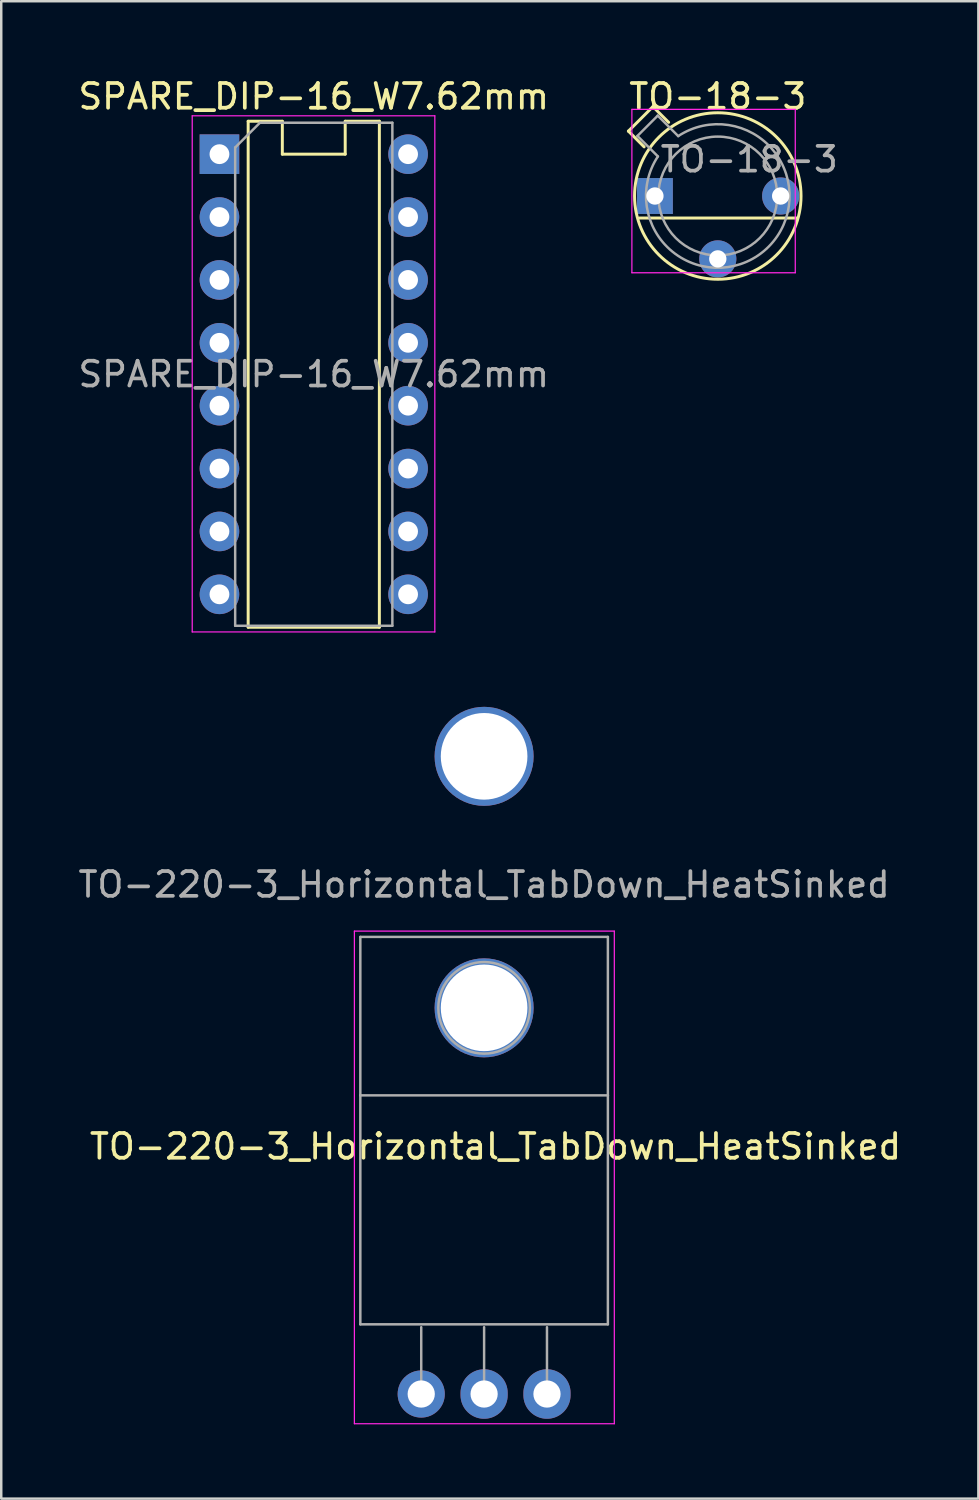
<source format=kicad_pcb>
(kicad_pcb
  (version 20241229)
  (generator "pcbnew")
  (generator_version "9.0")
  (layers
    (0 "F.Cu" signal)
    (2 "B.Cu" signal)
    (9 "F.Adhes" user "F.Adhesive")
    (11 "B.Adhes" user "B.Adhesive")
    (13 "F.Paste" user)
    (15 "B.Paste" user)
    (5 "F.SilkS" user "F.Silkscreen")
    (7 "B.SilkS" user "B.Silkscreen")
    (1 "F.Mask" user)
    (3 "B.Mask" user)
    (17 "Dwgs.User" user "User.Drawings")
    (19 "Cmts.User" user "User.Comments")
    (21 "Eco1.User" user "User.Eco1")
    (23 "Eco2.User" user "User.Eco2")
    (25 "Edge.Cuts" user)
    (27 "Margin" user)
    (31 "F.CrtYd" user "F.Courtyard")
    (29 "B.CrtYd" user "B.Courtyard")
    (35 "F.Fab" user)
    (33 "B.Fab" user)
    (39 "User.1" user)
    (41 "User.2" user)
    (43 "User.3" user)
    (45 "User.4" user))
  (footprint "TO-18-3"
    (layer "F.Cu")
    (at 25.946 7.408)
    (property "Reference" "TO-18-3" (at 0 -6.56 180) (layer "F.SilkS") (effects (font (size 1 1) (thickness 0.15))))
    (attr through_hole)
    (fp_line (start -3.611 -5.161) (end -2.976 -4.526) (stroke (width 0.12) (type default)) (layer "F.SilkS"))
    (fp_line (start -3.175 -1.651) (end 3.175 -1.651) (stroke (width 0.12) (type default)) (layer "F.SilkS"))
    (fp_line (start -2.621 -6.151) (end -3.611 -5.161) (stroke (width 0.12) (type solid)) (layer "F.SilkS"))
    (fp_line (start -2.621 -6.151) (end -1.986 -5.516) (stroke (width 0.12) (type default)) (layer "F.SilkS"))
    (fp_circle (center 0 -2.54) (end 3.302 -1.905) (stroke (width 0.12) (type default)) (fill no) (layer "F.SilkS"))
    (fp_line (start -3.47 -6.04) (end -3.47 0.56) (stroke (width 0.05) (type solid)) (layer "F.CrtYd"))
    (fp_line (start -3.47 0.56) (end 3.13 0.56) (stroke (width 0.05) (type solid)) (layer "F.CrtYd"))
    (fp_line (start 3.13 -6.04) (end -3.47 -6.04) (stroke (width 0.05) (type solid)) (layer "F.CrtYd"))
    (fp_line (start 3.13 0.56) (end 3.13 -6.04) (stroke (width 0.05) (type solid)) (layer "F.CrtYd"))
    (fp_line (start -3.247 -4.966) (end -2.419 -4.139) (stroke (width 0.1) (type solid)) (layer "F.Fab"))
    (fp_line (start -2.426 -5.787) (end -3.247 -4.966) (stroke (width 0.1) (type solid)) (layer "F.Fab"))
    (fp_line (start -1.599 -4.959) (end -2.426 -5.787) (stroke (width 0.1) (type solid)) (layer "F.Fab"))
    (fp_arc (start -1.599057 -4.959301) (mid 2.051076 -0.489857) (end -2.420029 -4.137956) (stroke (width 0.1) (type solid)) (layer "F.Fab"))
    (fp_circle (center 0 -2.54) (end 2.4 -2.54) (stroke (width 0.1) (type solid)) (fill no) (layer "F.Fab"))
    (fp_text user "${REFERENCE}" (at 1.27 -4.02 180) (layer "F.Fab") (effects (font (size 1 1) (thickness 0.15))))
    (pad "1" thru_hole circle (at 0 0) (size 1.5 1.5) (drill 0.7) (layers "*.Cu" "*.Mask"))
    (pad "2" thru_hole circle (at 2.54 -2.54) (size 1.5 1.5) (drill 0.7) (layers "*.Cu" "*.Mask"))
    (pad "3" thru_hole rect (at -2.54 -2.54) (size 1.45 1.45) (drill 0.7) (layers "*.Cu" "*.Mask")))
  (footprint "SPARE_DIP-16_W7.62mm"
    (layer "F.Cu")
    (at 5.815 3.178)
    (property "Reference" "SPARE_DIP-16_W7.62mm" (at 3.81 -2.33 180) (layer "F.SilkS") (effects (font (size 1 1) (thickness 0.15))))
    (attr through_hole)
    (fp_line (start 1.16 -1.33) (end 1.16 19.11) (stroke (width 0.12) (type solid)) (layer "F.SilkS"))
    (fp_line (start 1.16 19.11) (end 6.46 19.11) (stroke (width 0.12) (type solid)) (layer "F.SilkS"))
    (fp_line (start 2.54 -1.33) (end 1.16 -1.33) (stroke (width 0.12) (type solid)) (layer "F.SilkS"))
    (fp_line (start 2.54 -1.33) (end 2.54 0) (stroke (width 0.12) (type default)) (layer "F.SilkS"))
    (fp_line (start 2.54 0) (end 5.08 0) (stroke (width 0.12) (type default)) (layer "F.SilkS"))
    (fp_line (start 5.08 0) (end 5.08 -1.33) (stroke (width 0.12) (type default)) (layer "F.SilkS"))
    (fp_line (start 6.46 -1.33) (end 5.08 -1.33) (stroke (width 0.12) (type solid)) (layer "F.SilkS"))
    (fp_line (start 6.46 19.11) (end 6.46 -1.33) (stroke (width 0.12) (type solid)) (layer "F.SilkS"))
    (fp_line (start -1.1 -1.55) (end -1.1 19.3) (stroke (width 0.05) (type solid)) (layer "F.CrtYd"))
    (fp_line (start -1.1 19.3) (end 8.7 19.3) (stroke (width 0.05) (type solid)) (layer "F.CrtYd"))
    (fp_line (start 8.7 -1.55) (end -1.1 -1.55) (stroke (width 0.05) (type solid)) (layer "F.CrtYd"))
    (fp_line (start 8.7 19.3) (end 8.7 -1.55) (stroke (width 0.05) (type solid)) (layer "F.CrtYd"))
    (fp_line (start 0.635 -0.27) (end 1.635 -1.27) (stroke (width 0.1) (type solid)) (layer "F.Fab"))
    (fp_line (start 0.635 19.05) (end 0.635 -0.27) (stroke (width 0.1) (type solid)) (layer "F.Fab"))
    (fp_line (start 1.635 -1.27) (end 6.985 -1.27) (stroke (width 0.1) (type solid)) (layer "F.Fab"))
    (fp_line (start 6.985 -1.27) (end 6.985 19.05) (stroke (width 0.1) (type solid)) (layer "F.Fab"))
    (fp_line (start 6.985 19.05) (end 0.635 19.05) (stroke (width 0.1) (type solid)) (layer "F.Fab"))
    (fp_text user "${REFERENCE}" (at 3.81 8.89 180) (layer "F.Fab") (effects (font (size 1 1) (thickness 0.15))))
    (pad "1" thru_hole rect (at 0 0) (size 1.6 1.6) (drill 0.8) (layers "*.Cu" "*.Mask"))
    (pad "2" thru_hole oval (at 0 2.54) (size 1.6 1.6) (drill 0.8) (layers "*.Cu" "*.Mask"))
    (pad "3" thru_hole oval (at 0 5.08) (size 1.6 1.6) (drill 0.8) (layers "*.Cu" "*.Mask"))
    (pad "4" thru_hole oval (at 0 7.62) (size 1.6 1.6) (drill 0.8) (layers "*.Cu" "*.Mask"))
    (pad "5" thru_hole oval (at 0 10.16) (size 1.6 1.6) (drill 0.8) (layers "*.Cu" "*.Mask"))
    (pad "6" thru_hole oval (at 0 12.7) (size 1.6 1.6) (drill 0.8) (layers "*.Cu" "*.Mask"))
    (pad "7" thru_hole oval (at 0 15.24) (size 1.6 1.6) (drill 0.8) (layers "*.Cu" "*.Mask"))
    (pad "8" thru_hole oval (at 0 17.78) (size 1.6 1.6) (drill 0.8) (layers "*.Cu" "*.Mask"))
    (pad "9" thru_hole oval (at 7.62 17.78) (size 1.6 1.6) (drill 0.8) (layers "*.Cu" "*.Mask"))
    (pad "10" thru_hole oval (at 7.62 15.24) (size 1.6 1.6) (drill 0.8) (layers "*.Cu" "*.Mask"))
    (pad "11" thru_hole oval (at 7.62 12.7) (size 1.6 1.6) (drill 0.8) (layers "*.Cu" "*.Mask"))
    (pad "12" thru_hole oval (at 7.62 10.16) (size 1.6 1.6) (drill 0.8) (layers "*.Cu" "*.Mask"))
    (pad "13" thru_hole oval (at 7.62 7.62) (size 1.6 1.6) (drill 0.8) (layers "*.Cu" "*.Mask"))
    (pad "14" thru_hole oval (at 7.62 5.08) (size 1.6 1.6) (drill 0.8) (layers "*.Cu" "*.Mask"))
    (pad "15" thru_hole oval (at 7.62 2.54) (size 1.6 1.6) (drill 0.8) (layers "*.Cu" "*.Mask"))
    (pad "16" thru_hole oval (at 7.62 0) (size 1.6 1.6) (drill 0.8) (layers "*.Cu" "*.Mask")))
  (footprint "TO-220-3_Horizontal_TabDown_HeatSinked"
    (layer "F.Cu")
    (at 13.966 53.263)
    (property "Reference" "TO-220-3_Horizontal_TabDown_HeatSinked" (at 3 -10 0) (layer "F.SilkS") (effects (font (size 1 1) (thickness 0.15))))
    (attr through_hole)
    (fp_line (start -2.7 -18.7) (end -2.7 1.2) (stroke (width 0.05) (type solid)) (layer "F.CrtYd"))
    (fp_line (start -2.7 1.2) (end 7.8 1.2) (stroke (width 0.05) (type solid)) (layer "F.CrtYd"))
    (fp_line (start 7.8 -18.7) (end -2.7 -18.7) (stroke (width 0.05) (type solid)) (layer "F.CrtYd"))
    (fp_line (start 7.8 1.2) (end 7.8 -18.7) (stroke (width 0.05) (type solid)) (layer "F.CrtYd"))
    (fp_line (start -2.46 -18.465) (end 7.54 -18.465) (stroke (width 0.1) (type solid)) (layer "F.Fab"))
    (fp_line (start -2.46 -12.065) (end -2.46 -18.465) (stroke (width 0.1) (type solid)) (layer "F.Fab"))
    (fp_line (start -2.46 -2.815) (end -2.46 -12.065) (stroke (width 0.1) (type solid)) (layer "F.Fab"))
    (fp_line (start 0 -2.7) (end 0 0) (stroke (width 0.1) (type solid)) (layer "F.Fab"))
    (fp_line (start 2.54 -2.7) (end 2.54 0) (stroke (width 0.1) (type solid)) (layer "F.Fab"))
    (fp_line (start 5.08 -2.7) (end 5.08 0) (stroke (width 0.1) (type solid)) (layer "F.Fab"))
    (fp_line (start 7.54 -18.465) (end 7.54 -12.065) (stroke (width 0.1) (type solid)) (layer "F.Fab"))
    (fp_line (start 7.54 -12.065) (end -2.46 -12.065) (stroke (width 0.1) (type solid)) (layer "F.Fab"))
    (fp_line (start 7.54 -12.065) (end 7.54 -2.815) (stroke (width 0.1) (type solid)) (layer "F.Fab"))
    (fp_line (start 7.54 -2.815) (end -2.46 -2.815) (stroke (width 0.1) (type solid)) (layer "F.Fab"))
    (fp_circle (center 2.54 -15.6) (end 4.39 -15.6) (stroke (width 0.1) (type solid)) (fill no) (layer "F.Fab"))
    (fp_text user "${REFERENCE}" (at 2.54 -20.58 0) (layer "F.Fab") (effects (font (size 1 1) (thickness 0.15))))
    (pad "1" thru_hole circle (at 0 0) (size 1.905 1.905) (drill 1.1) (layers "*.Cu" "*.Mask"))
    (pad "2" thru_hole circle (at 2.54 -25.76) (size 4 4) (drill 3.5) (layers "*.Cu" "*.Mask"))
    (pad "2" thru_hole circle (at 2.54 -15.6) (size 4 4) (drill 3.5) (layers "*.Cu" "*.Mask"))
    (pad "2" thru_hole oval (at 2.54 0) (size 1.905 2) (drill 1.1) (layers "*.Cu" "*.Mask"))
    (pad "3" thru_hole oval (at 5.08 0) (size 1.905 2) (drill 1.1) (layers "*.Cu" "*.Mask")))
  (gr_rect
    (start -3 -3)
    (end 36.472 57.488)
    (stroke (width 0.1) (type default))
    (fill no)
    (layer "Edge.Cuts")))
</source>
